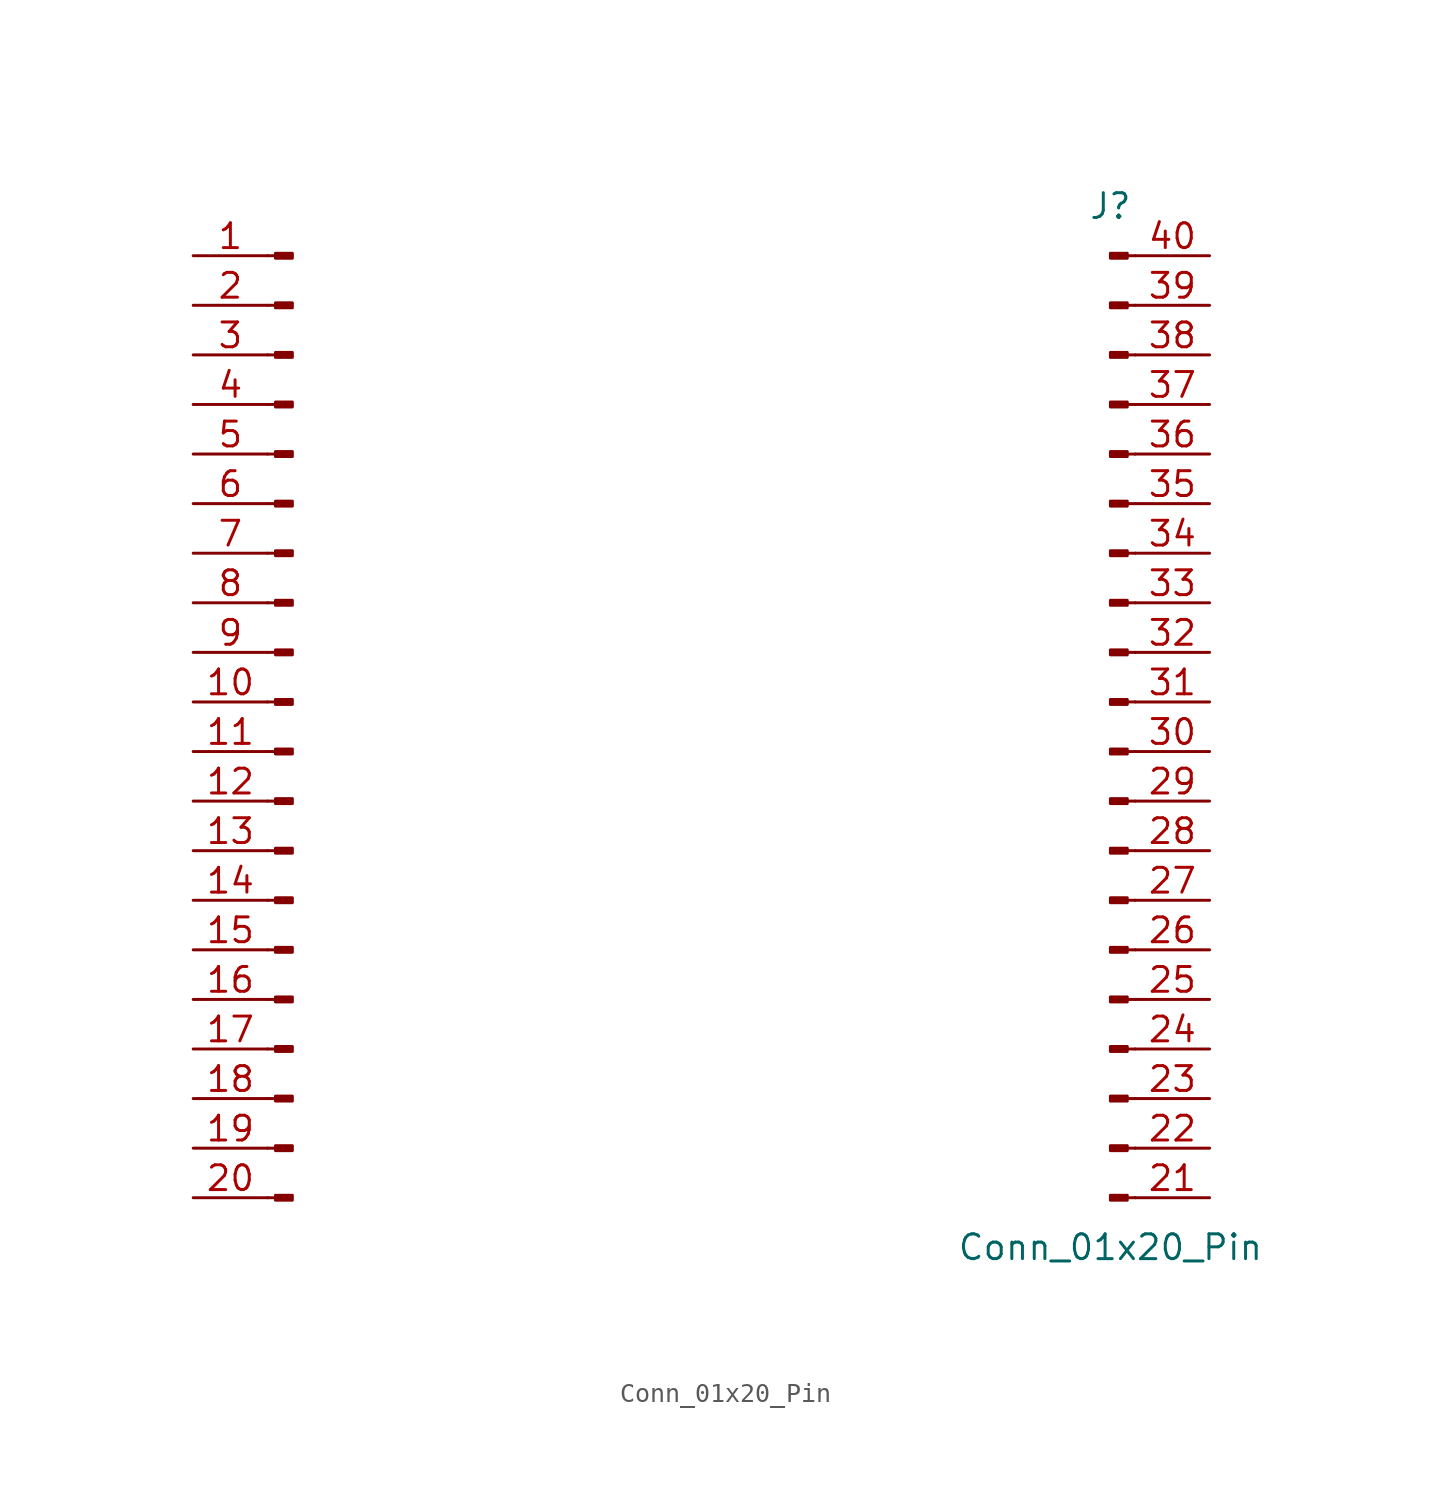
<source format=kicad_sym>
(kicad_symbol_lib
  (version 20241209)
  (generator "kicad_symbol_editor")
  (generator_version "9.0")
  (symbol "Conn_01x20_Pin"
    (pin_names
      (offset 1.016)
      (hide yes))
    (property "Reference" "J"
      (at 20.32 26.67 0)
      (effects (font (size 1.27 1.27))))
    (property "Value" "Conn_01x20_Pin"
      (at 20.32 -26.67 0)
      (effects (font (size 1.27 1.27))))
    (property "ki_locked" ""
      (at 0 0 0)
      (effects (font (size 1.27 1.27))))
    (symbol "Conn_01x20_Pin_1_1"
      (polyline (pts (xy -22.86 24.13) (xy -22.454 24.13)) (stroke (width 0.152) (type default)) (fill (type none)))
      (polyline (pts (xy -22.86 21.59) (xy -22.454 21.59)) (stroke (width 0.152) (type default)) (fill (type none)))
      (polyline (pts (xy -22.86 19.05) (xy -22.454 19.05)) (stroke (width 0.152) (type default)) (fill (type none)))
      (polyline (pts (xy -22.86 16.51) (xy -22.454 16.51)) (stroke (width 0.152) (type default)) (fill (type none)))
      (polyline (pts (xy -22.86 13.97) (xy -22.454 13.97)) (stroke (width 0.152) (type default)) (fill (type none)))
      (polyline (pts (xy -22.86 11.43) (xy -22.454 11.43)) (stroke (width 0.152) (type default)) (fill (type none)))
      (polyline (pts (xy -22.86 8.89) (xy -22.454 8.89)) (stroke (width 0.152) (type default)) (fill (type none)))
      (polyline (pts (xy -22.86 6.35) (xy -22.454 6.35)) (stroke (width 0.152) (type default)) (fill (type none)))
      (polyline (pts (xy -22.86 3.81) (xy -22.454 3.81)) (stroke (width 0.152) (type default)) (fill (type none)))
      (polyline (pts (xy -22.86 1.27) (xy -22.454 1.27)) (stroke (width 0.152) (type default)) (fill (type none)))
      (polyline (pts (xy -22.86 -1.27) (xy -22.454 -1.27)) (stroke (width 0.152) (type default)) (fill (type none)))
      (polyline (pts (xy -22.86 -3.81) (xy -22.454 -3.81)) (stroke (width 0.152) (type default)) (fill (type none)))
      (polyline (pts (xy -22.86 -6.35) (xy -22.454 -6.35)) (stroke (width 0.152) (type default)) (fill (type none)))
      (polyline (pts (xy -22.86 -8.89) (xy -22.454 -8.89)) (stroke (width 0.152) (type default)) (fill (type none)))
      (polyline (pts (xy -22.86 -11.43) (xy -22.454 -11.43)) (stroke (width 0.152) (type default)) (fill (type none)))
      (polyline (pts (xy -22.86 -13.97) (xy -22.454 -13.97)) (stroke (width 0.152) (type default)) (fill (type none)))
      (polyline (pts (xy -22.86 -16.51) (xy -22.454 -16.51)) (stroke (width 0.152) (type default)) (fill (type none)))
      (polyline (pts (xy -22.86 -19.05) (xy -22.454 -19.05)) (stroke (width 0.152) (type default)) (fill (type none)))
      (polyline (pts (xy -22.86 -21.59) (xy -22.454 -21.59)) (stroke (width 0.152) (type default)) (fill (type none)))
      (polyline (pts (xy -22.86 -24.13) (xy -22.454 -24.13)) (stroke (width 0.152) (type default)) (fill (type none)))
      (rectangle (start -22.454 24.257) (end -21.59 24.003) (stroke (width 0.152) (type default)) (fill (type outline)))
      (rectangle (start -22.454 21.717) (end -21.59 21.463) (stroke (width 0.152) (type default)) (fill (type outline)))
      (rectangle (start -22.454 19.177) (end -21.59 18.923) (stroke (width 0.152) (type default)) (fill (type outline)))
      (rectangle (start -22.454 16.637) (end -21.59 16.383) (stroke (width 0.152) (type default)) (fill (type outline)))
      (rectangle (start -22.454 14.097) (end -21.59 13.843) (stroke (width 0.152) (type default)) (fill (type outline)))
      (rectangle (start -22.454 11.557) (end -21.59 11.303) (stroke (width 0.152) (type default)) (fill (type outline)))
      (rectangle (start -22.454 9.017) (end -21.59 8.763) (stroke (width 0.152) (type default)) (fill (type outline)))
      (rectangle (start -22.454 6.477) (end -21.59 6.223) (stroke (width 0.152) (type default)) (fill (type outline)))
      (rectangle (start -22.454 3.937) (end -21.59 3.683) (stroke (width 0.152) (type default)) (fill (type outline)))
      (rectangle (start -22.454 1.397) (end -21.59 1.143) (stroke (width 0.152) (type default)) (fill (type outline)))
      (rectangle (start -22.454 -1.143) (end -21.59 -1.397) (stroke (width 0.152) (type default)) (fill (type outline)))
      (rectangle (start -22.454 -3.683) (end -21.59 -3.937) (stroke (width 0.152) (type default)) (fill (type outline)))
      (rectangle (start -22.454 -6.223) (end -21.59 -6.477) (stroke (width 0.152) (type default)) (fill (type outline)))
      (rectangle (start -22.454 -8.763) (end -21.59 -9.017) (stroke (width 0.152) (type default)) (fill (type outline)))
      (rectangle (start -22.454 -11.303) (end -21.59 -11.557) (stroke (width 0.152) (type default)) (fill (type outline)))
      (rectangle (start -22.454 -13.843) (end -21.59 -14.097) (stroke (width 0.152) (type default)) (fill (type outline)))
      (rectangle (start -22.454 -16.383) (end -21.59 -16.637) (stroke (width 0.152) (type default)) (fill (type outline)))
      (rectangle (start -22.454 -18.923) (end -21.59 -19.177) (stroke (width 0.152) (type default)) (fill (type outline)))
      (rectangle (start -22.454 -21.463) (end -21.59 -21.717) (stroke (width 0.152) (type default)) (fill (type outline)))
      (rectangle (start -22.454 -24.003) (end -21.59 -24.257) (stroke (width 0.152) (type default)) (fill (type outline)))
      (rectangle (start 21.184 24.257) (end 20.32 24.003) (stroke (width 0.152) (type default)) (fill (type outline)))
      (rectangle (start 21.184 21.717) (end 20.32 21.463) (stroke (width 0.152) (type default)) (fill (type outline)))
      (rectangle (start 21.184 19.177) (end 20.32 18.923) (stroke (width 0.152) (type default)) (fill (type outline)))
      (rectangle (start 21.184 16.637) (end 20.32 16.383) (stroke (width 0.152) (type default)) (fill (type outline)))
      (rectangle (start 21.184 14.097) (end 20.32 13.843) (stroke (width 0.152) (type default)) (fill (type outline)))
      (rectangle (start 21.184 11.557) (end 20.32 11.303) (stroke (width 0.152) (type default)) (fill (type outline)))
      (rectangle (start 21.184 9.017) (end 20.32 8.763) (stroke (width 0.152) (type default)) (fill (type outline)))
      (rectangle (start 21.184 6.477) (end 20.32 6.223) (stroke (width 0.152) (type default)) (fill (type outline)))
      (rectangle (start 21.184 3.937) (end 20.32 3.683) (stroke (width 0.152) (type default)) (fill (type outline)))
      (rectangle (start 21.184 1.397) (end 20.32 1.143) (stroke (width 0.152) (type default)) (fill (type outline)))
      (rectangle (start 21.184 -1.143) (end 20.32 -1.397) (stroke (width 0.152) (type default)) (fill (type outline)))
      (rectangle (start 21.184 -3.683) (end 20.32 -3.937) (stroke (width 0.152) (type default)) (fill (type outline)))
      (rectangle (start 21.184 -6.223) (end 20.32 -6.477) (stroke (width 0.152) (type default)) (fill (type outline)))
      (rectangle (start 21.184 -8.763) (end 20.32 -9.017) (stroke (width 0.152) (type default)) (fill (type outline)))
      (rectangle (start 21.184 -11.303) (end 20.32 -11.557) (stroke (width 0.152) (type default)) (fill (type outline)))
      (rectangle (start 21.184 -13.843) (end 20.32 -14.097) (stroke (width 0.152) (type default)) (fill (type outline)))
      (rectangle (start 21.184 -16.383) (end 20.32 -16.637) (stroke (width 0.152) (type default)) (fill (type outline)))
      (rectangle (start 21.184 -18.923) (end 20.32 -19.177) (stroke (width 0.152) (type default)) (fill (type outline)))
      (rectangle (start 21.184 -21.463) (end 20.32 -21.717) (stroke (width 0.152) (type default)) (fill (type outline)))
      (rectangle (start 21.184 -24.003) (end 20.32 -24.257) (stroke (width 0.152) (type default)) (fill (type outline)))
      (polyline (pts (xy 21.59 24.13) (xy 21.184 24.13)) (stroke (width 0.152) (type default)) (fill (type none)))
      (polyline (pts (xy 21.59 21.59) (xy 21.184 21.59)) (stroke (width 0.152) (type default)) (fill (type none)))
      (polyline (pts (xy 21.59 19.05) (xy 21.184 19.05)) (stroke (width 0.152) (type default)) (fill (type none)))
      (polyline (pts (xy 21.59 16.51) (xy 21.184 16.51)) (stroke (width 0.152) (type default)) (fill (type none)))
      (polyline (pts (xy 21.59 13.97) (xy 21.184 13.97)) (stroke (width 0.152) (type default)) (fill (type none)))
      (polyline (pts (xy 21.59 11.43) (xy 21.184 11.43)) (stroke (width 0.152) (type default)) (fill (type none)))
      (polyline (pts (xy 21.59 8.89) (xy 21.184 8.89)) (stroke (width 0.152) (type default)) (fill (type none)))
      (polyline (pts (xy 21.59 6.35) (xy 21.184 6.35)) (stroke (width 0.152) (type default)) (fill (type none)))
      (polyline (pts (xy 21.59 3.81) (xy 21.184 3.81)) (stroke (width 0.152) (type default)) (fill (type none)))
      (polyline (pts (xy 21.59 1.27) (xy 21.184 1.27)) (stroke (width 0.152) (type default)) (fill (type none)))
      (polyline (pts (xy 21.59 -1.27) (xy 21.184 -1.27)) (stroke (width 0.152) (type default)) (fill (type none)))
      (polyline (pts (xy 21.59 -3.81) (xy 21.184 -3.81)) (stroke (width 0.152) (type default)) (fill (type none)))
      (polyline (pts (xy 21.59 -6.35) (xy 21.184 -6.35)) (stroke (width 0.152) (type default)) (fill (type none)))
      (polyline (pts (xy 21.59 -8.89) (xy 21.184 -8.89)) (stroke (width 0.152) (type default)) (fill (type none)))
      (polyline (pts (xy 21.59 -11.43) (xy 21.184 -11.43)) (stroke (width 0.152) (type default)) (fill (type none)))
      (polyline (pts (xy 21.59 -13.97) (xy 21.184 -13.97)) (stroke (width 0.152) (type default)) (fill (type none)))
      (polyline (pts (xy 21.59 -16.51) (xy 21.184 -16.51)) (stroke (width 0.152) (type default)) (fill (type none)))
      (polyline (pts (xy 21.59 -19.05) (xy 21.184 -19.05)) (stroke (width 0.152) (type default)) (fill (type none)))
      (polyline (pts (xy 21.59 -21.59) (xy 21.184 -21.59)) (stroke (width 0.152) (type default)) (fill (type none)))
      (polyline (pts (xy 21.59 -24.13) (xy 21.184 -24.13)) (stroke (width 0.152) (type default)) (fill (type none)))
      (pin passive line (at -26.67 24.13 0) (length 3.81) (name "Pin_1" (effects (font (size 1.27 1.27)))) (number "1" (effects (font (size 1.27 1.27)))))
      (pin passive line (at -26.67 21.59 0) (length 3.81) (name "Pin_2" (effects (font (size 1.27 1.27)))) (number "2" (effects (font (size 1.27 1.27)))))
      (pin passive line (at -26.67 19.05 0) (length 3.81) (name "Pin_3" (effects (font (size 1.27 1.27)))) (number "3" (effects (font (size 1.27 1.27)))))
      (pin passive line (at -26.67 16.51 0) (length 3.81) (name "Pin_4" (effects (font (size 1.27 1.27)))) (number "4" (effects (font (size 1.27 1.27)))))
      (pin passive line (at -26.67 13.97 0) (length 3.81) (name "Pin_5" (effects (font (size 1.27 1.27)))) (number "5" (effects (font (size 1.27 1.27)))))
      (pin passive line (at -26.67 11.43 0) (length 3.81) (name "Pin_6" (effects (font (size 1.27 1.27)))) (number "6" (effects (font (size 1.27 1.27)))))
      (pin passive line (at -26.67 8.89 0) (length 3.81) (name "Pin_7" (effects (font (size 1.27 1.27)))) (number "7" (effects (font (size 1.27 1.27)))))
      (pin passive line (at -26.67 6.35 0) (length 3.81) (name "Pin_8" (effects (font (size 1.27 1.27)))) (number "8" (effects (font (size 1.27 1.27)))))
      (pin passive line (at -26.67 3.81 0) (length 3.81) (name "Pin_9" (effects (font (size 1.27 1.27)))) (number "9" (effects (font (size 1.27 1.27)))))
      (pin passive line (at -26.67 1.27 0) (length 3.81) (name "Pin_10" (effects (font (size 1.27 1.27)))) (number "10" (effects (font (size 1.27 1.27)))))
      (pin passive line (at -26.67 -1.27 0) (length 3.81) (name "Pin_11" (effects (font (size 1.27 1.27)))) (number "11" (effects (font (size 1.27 1.27)))))
      (pin passive line (at -26.67 -3.81 0) (length 3.81) (name "Pin_12" (effects (font (size 1.27 1.27)))) (number "12" (effects (font (size 1.27 1.27)))))
      (pin passive line (at -26.67 -6.35 0) (length 3.81) (name "Pin_13" (effects (font (size 1.27 1.27)))) (number "13" (effects (font (size 1.27 1.27)))))
      (pin passive line (at -26.67 -8.89 0) (length 3.81) (name "Pin_14" (effects (font (size 1.27 1.27)))) (number "14" (effects (font (size 1.27 1.27)))))
      (pin passive line (at -26.67 -11.43 0) (length 3.81) (name "Pin_15" (effects (font (size 1.27 1.27)))) (number "15" (effects (font (size 1.27 1.27)))))
      (pin passive line (at -26.67 -13.97 0) (length 3.81) (name "Pin_16" (effects (font (size 1.27 1.27)))) (number "16" (effects (font (size 1.27 1.27)))))
      (pin passive line (at -26.67 -16.51 0) (length 3.81) (name "Pin_17" (effects (font (size 1.27 1.27)))) (number "17" (effects (font (size 1.27 1.27)))))
      (pin passive line (at -26.67 -19.05 0) (length 3.81) (name "Pin_18" (effects (font (size 1.27 1.27)))) (number "18" (effects (font (size 1.27 1.27)))))
      (pin passive line (at -26.67 -21.59 0) (length 3.81) (name "Pin_19" (effects (font (size 1.27 1.27)))) (number "19" (effects (font (size 1.27 1.27)))))
      (pin passive line (at -26.67 -24.13 0) (length 3.81) (name "Pin_20" (effects (font (size 1.27 1.27)))) (number "20" (effects (font (size 1.27 1.27)))))
      (pin passive line (at 25.4 24.13 180) (length 3.81) (name "Pin_40" (effects (font (size 1.27 1.27)))) (number "40" (effects (font (size 1.27 1.27)))))
      (pin passive line (at 25.4 21.59 180) (length 3.81) (name "Pin_39" (effects (font (size 1.27 1.27)))) (number "39" (effects (font (size 1.27 1.27)))))
      (pin passive line (at 25.4 19.05 180) (length 3.81) (name "Pin_38" (effects (font (size 1.27 1.27)))) (number "38" (effects (font (size 1.27 1.27)))))
      (pin passive line (at 25.4 16.51 180) (length 3.81) (name "Pin_37" (effects (font (size 1.27 1.27)))) (number "37" (effects (font (size 1.27 1.27)))))
      (pin passive line (at 25.4 13.97 180) (length 3.81) (name "Pin_36" (effects (font (size 1.27 1.27)))) (number "36" (effects (font (size 1.27 1.27)))))
      (pin passive line (at 25.4 11.43 180) (length 3.81) (name "Pin_35" (effects (font (size 1.27 1.27)))) (number "35" (effects (font (size 1.27 1.27)))))
      (pin passive line (at 25.4 8.89 180) (length 3.81) (name "Pin_34" (effects (font (size 1.27 1.27)))) (number "34" (effects (font (size 1.27 1.27)))))
      (pin passive line (at 25.4 6.35 180) (length 3.81) (name "Pin_33" (effects (font (size 1.27 1.27)))) (number "33" (effects (font (size 1.27 1.27)))))
      (pin passive line (at 25.4 3.81 180) (length 3.81) (name "Pin_32" (effects (font (size 1.27 1.27)))) (number "32" (effects (font (size 1.27 1.27)))))
      (pin passive line (at 25.4 1.27 180) (length 3.81) (name "Pin_31" (effects (font (size 1.27 1.27)))) (number "31" (effects (font (size 1.27 1.27)))))
      (pin passive line (at 25.4 -1.27 180) (length 3.81) (name "Pin_30" (effects (font (size 1.27 1.27)))) (number "30" (effects (font (size 1.27 1.27)))))
      (pin passive line (at 25.4 -3.81 180) (length 3.81) (name "Pin_29" (effects (font (size 1.27 1.27)))) (number "29" (effects (font (size 1.27 1.27)))))
      (pin passive line (at 25.4 -6.35 180) (length 3.81) (name "Pin_28" (effects (font (size 1.27 1.27)))) (number "28" (effects (font (size 1.27 1.27)))))
      (pin passive line (at 25.4 -8.89 180) (length 3.81) (name "Pin_27" (effects (font (size 1.27 1.27)))) (number "27" (effects (font (size 1.27 1.27)))))
      (pin passive line (at 25.4 -11.43 180) (length 3.81) (name "Pin_26" (effects (font (size 1.27 1.27)))) (number "26" (effects (font (size 1.27 1.27)))))
      (pin passive line (at 25.4 -13.97 180) (length 3.81) (name "Pin_25" (effects (font (size 1.27 1.27)))) (number "25" (effects (font (size 1.27 1.27)))))
      (pin passive line (at 25.4 -16.51 180) (length 3.81) (name "Pin_24" (effects (font (size 1.27 1.27)))) (number "24" (effects (font (size 1.27 1.27)))))
      (pin passive line (at 25.4 -19.05 180) (length 3.81) (name "Pin_23" (effects (font (size 1.27 1.27)))) (number "23" (effects (font (size 1.27 1.27)))))
      (pin passive line (at 25.4 -21.59 180) (length 3.81) (name "Pin_22" (effects (font (size 1.27 1.27)))) (number "22" (effects (font (size 1.27 1.27)))))
      (pin passive line (at 25.4 -24.13 180) (length 3.81) (name "Pin_22" (effects (font (size 1.27 1.27)))) (number "21" (effects (font (size 1.27 1.27))))))))
</source>
